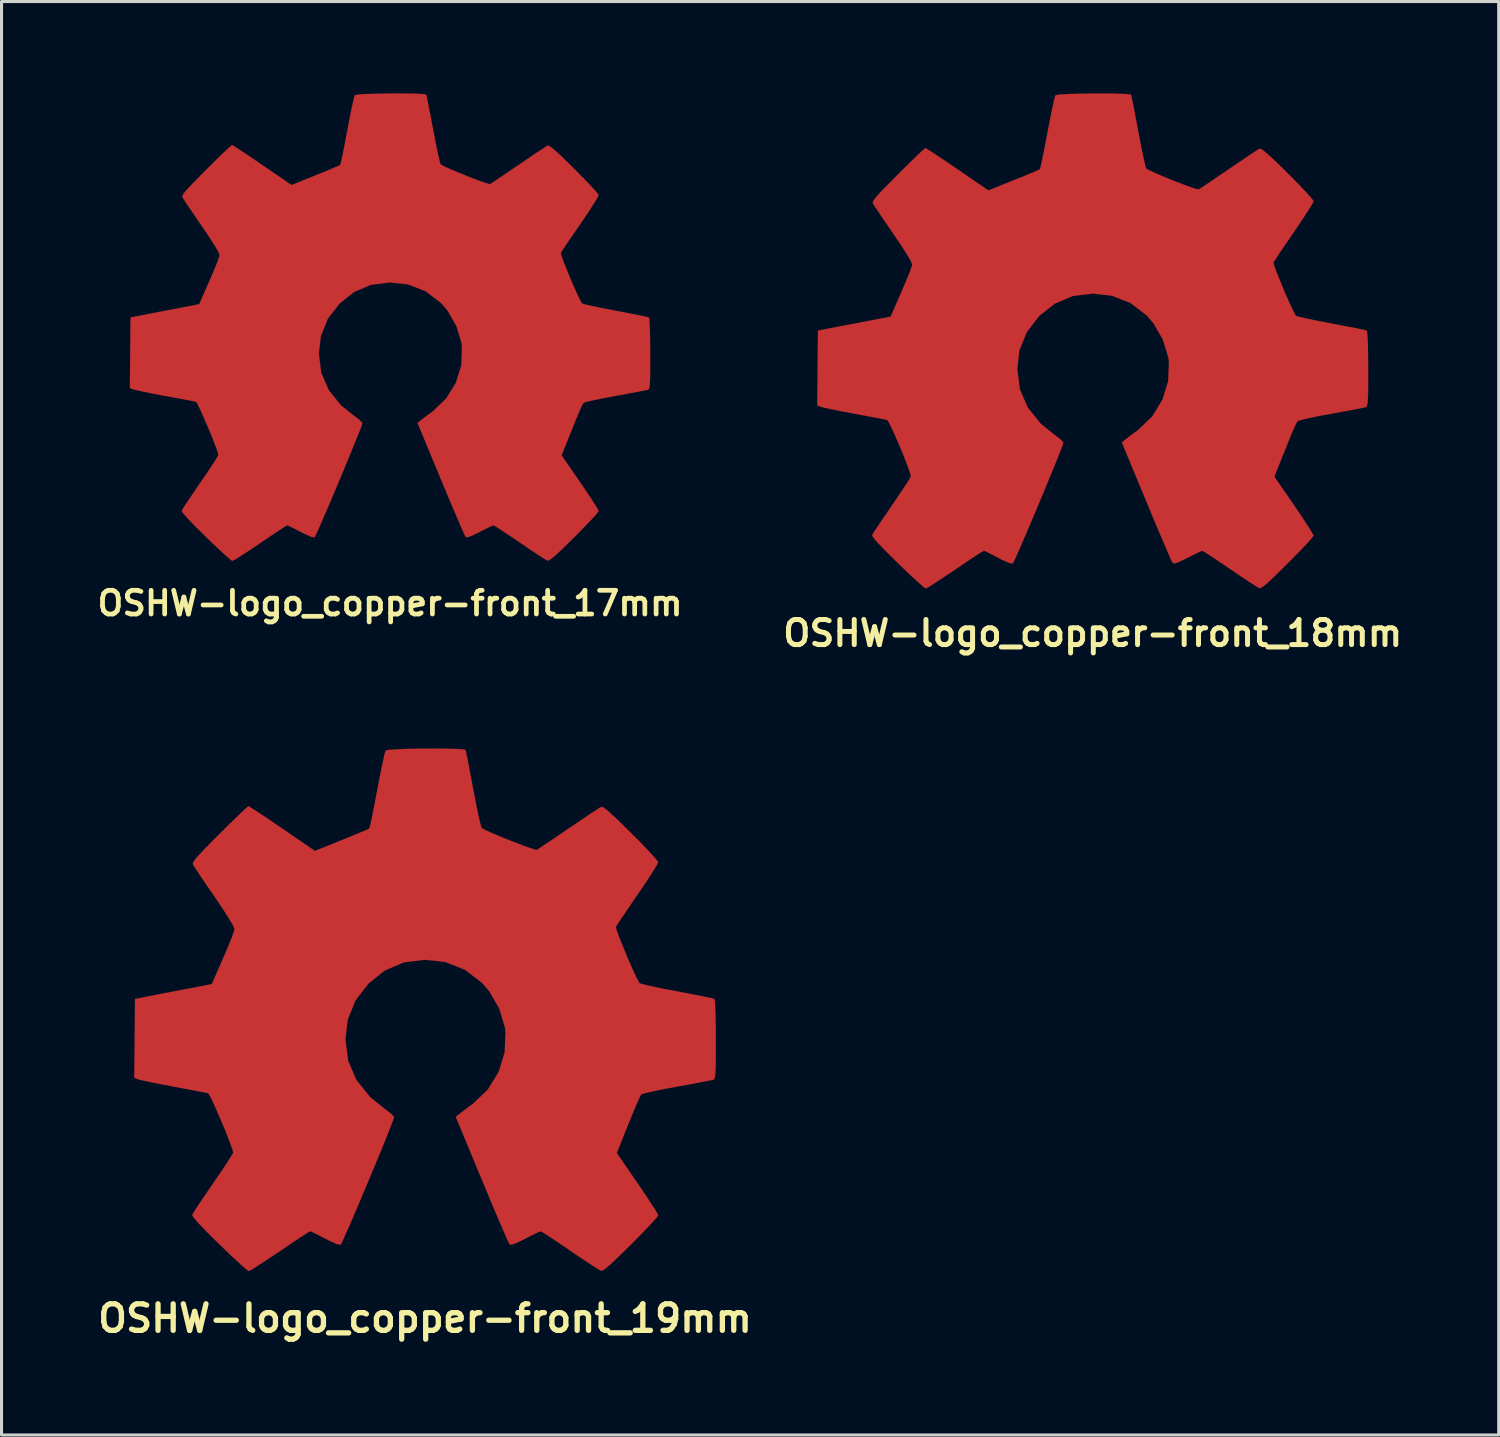
<source format=kicad_pcb>
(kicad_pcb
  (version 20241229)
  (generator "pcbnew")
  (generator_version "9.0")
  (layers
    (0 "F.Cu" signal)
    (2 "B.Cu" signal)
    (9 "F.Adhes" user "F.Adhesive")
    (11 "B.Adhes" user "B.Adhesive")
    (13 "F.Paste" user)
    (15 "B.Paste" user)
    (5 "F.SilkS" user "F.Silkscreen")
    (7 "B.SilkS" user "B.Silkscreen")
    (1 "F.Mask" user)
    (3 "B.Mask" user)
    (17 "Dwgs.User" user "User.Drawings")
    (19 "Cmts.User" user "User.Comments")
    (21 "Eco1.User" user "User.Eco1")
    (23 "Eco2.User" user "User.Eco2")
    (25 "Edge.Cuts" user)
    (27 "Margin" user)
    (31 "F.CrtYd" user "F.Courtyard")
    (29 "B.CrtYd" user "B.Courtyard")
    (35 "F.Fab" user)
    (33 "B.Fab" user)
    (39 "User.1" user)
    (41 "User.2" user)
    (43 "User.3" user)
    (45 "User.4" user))
  (footprint "OSHW-logo_copper-front_17mm"
    (layer "F.Cu")
    (at 9.691 7.639)
    (property "Reference" "OSHW-logo_copper-front_17mm" (at 0 9.017 0) (layer "F.SilkS") (effects (font (size 0.775 0.775) (thickness 0.155))))
    (attr through_hole)
    (fp_poly (pts (xy -5.154 7.635) (xy -5.065 7.59) (xy -4.864 7.465) (xy -4.582 7.28) (xy -4.247 7.054) (xy -3.909 6.825) (xy -3.632 6.64) (xy -3.439 6.515) (xy -3.358 6.472) (xy -3.315 6.487) (xy -3.152 6.563) (xy -2.921 6.685) (xy -2.786 6.754) (xy -2.573 6.845) (xy -2.469 6.866) (xy -2.451 6.835) (xy -2.372 6.673) (xy -2.25 6.396) (xy -2.09 6.025) (xy -1.905 5.596) (xy -1.709 5.128) (xy -1.511 4.656) (xy -1.323 4.201) (xy -1.158 3.795) (xy -1.024 3.465) (xy -0.935 3.236) (xy -0.904 3.134) (xy -0.914 3.114) (xy -1.021 3.01) (xy -1.206 2.87) (xy -1.608 2.545) (xy -2.004 2.05) (xy -2.248 1.486) (xy -2.327 0.861) (xy -2.258 0.282) (xy -2.032 -0.279) (xy -1.643 -0.78) (xy -1.171 -1.153) (xy -0.62 -1.387) (xy -0.003 -1.463) (xy 0.592 -1.397) (xy 1.163 -1.173) (xy 1.664 -0.79) (xy 1.875 -0.546) (xy 2.167 -0.038) (xy 2.332 0.505) (xy 2.349 0.645) (xy 2.327 1.242) (xy 2.149 1.814) (xy 1.834 2.327) (xy 1.397 2.746) (xy 1.341 2.784) (xy 1.138 2.936) (xy 1.003 3.04) (xy 0.897 3.127) (xy 1.656 4.958) (xy 1.778 5.25) (xy 1.986 5.748) (xy 2.172 6.18) (xy 2.316 6.523) (xy 2.418 6.751) (xy 2.464 6.843) (xy 2.469 6.848) (xy 2.535 6.861) (xy 2.675 6.81) (xy 2.929 6.685) (xy 3.099 6.599) (xy 3.292 6.505) (xy 3.381 6.472) (xy 3.454 6.51) (xy 3.642 6.632) (xy 3.914 6.815) (xy 4.242 7.036) (xy 4.552 7.247) (xy 4.839 7.437) (xy 5.05 7.572) (xy 5.149 7.625) (xy 5.164 7.625) (xy 5.255 7.574) (xy 5.418 7.437) (xy 5.669 7.203) (xy 6.022 6.853) (xy 6.076 6.802) (xy 6.365 6.505) (xy 6.601 6.259) (xy 6.759 6.083) (xy 6.815 6.002) (xy 6.764 5.903) (xy 6.632 5.695) (xy 6.441 5.405) (xy 6.21 5.065) (xy 5.603 4.183) (xy 5.936 3.353) (xy 6.038 3.099) (xy 6.167 2.789) (xy 6.266 2.57) (xy 6.314 2.474) (xy 6.406 2.441) (xy 6.632 2.388) (xy 6.962 2.319) (xy 7.356 2.245) (xy 7.729 2.177) (xy 8.07 2.113) (xy 8.313 2.065) (xy 8.423 2.042) (xy 8.448 2.027) (xy 8.471 1.974) (xy 8.486 1.859) (xy 8.494 1.654) (xy 8.499 1.328) (xy 8.499 0.861) (xy 8.499 0.81) (xy 8.494 0.363) (xy 8.486 0.008) (xy 8.473 -0.229) (xy 8.458 -0.32) (xy 8.456 -0.32) (xy 8.352 -0.348) (xy 8.113 -0.396) (xy 7.775 -0.462) (xy 7.371 -0.541) (xy 7.346 -0.546) (xy 6.944 -0.622) (xy 6.607 -0.693) (xy 6.37 -0.747) (xy 6.271 -0.777) (xy 6.251 -0.808) (xy 6.17 -0.963) (xy 6.055 -1.214) (xy 5.921 -1.516) (xy 5.791 -1.834) (xy 5.677 -2.116) (xy 5.601 -2.329) (xy 5.575 -2.426) (xy 5.578 -2.428) (xy 5.639 -2.525) (xy 5.776 -2.731) (xy 5.972 -3.02) (xy 6.208 -3.363) (xy 6.226 -3.388) (xy 6.457 -3.729) (xy 6.642 -4.016) (xy 6.769 -4.221) (xy 6.815 -4.313) (xy 6.815 -4.321) (xy 6.739 -4.42) (xy 6.563 -4.613) (xy 6.317 -4.872) (xy 6.02 -5.171) (xy 5.926 -5.265) (xy 5.596 -5.588) (xy 5.364 -5.799) (xy 5.222 -5.911) (xy 5.154 -5.936) (xy 5.151 -5.936) (xy 5.05 -5.872) (xy 4.834 -5.733) (xy 4.542 -5.537) (xy 4.199 -5.301) (xy 4.173 -5.286) (xy 3.835 -5.055) (xy 3.551 -4.864) (xy 3.35 -4.729) (xy 3.261 -4.676) (xy 3.246 -4.676) (xy 3.109 -4.717) (xy 2.868 -4.803) (xy 2.57 -4.917) (xy 2.256 -5.044) (xy 1.971 -5.164) (xy 1.755 -5.263) (xy 1.654 -5.319) (xy 1.651 -5.324) (xy 1.615 -5.446) (xy 1.557 -5.7) (xy 1.486 -6.05) (xy 1.405 -6.467) (xy 1.392 -6.533) (xy 1.316 -6.939) (xy 1.252 -7.272) (xy 1.204 -7.503) (xy 1.181 -7.6) (xy 1.123 -7.612) (xy 0.925 -7.628) (xy 0.622 -7.635) (xy 0.257 -7.638) (xy -0.13 -7.635) (xy -0.505 -7.628) (xy -0.826 -7.617) (xy -1.054 -7.602) (xy -1.151 -7.582) (xy -1.156 -7.577) (xy -1.189 -7.45) (xy -1.245 -7.196) (xy -1.318 -6.843) (xy -1.397 -6.426) (xy -1.412 -6.353) (xy -1.488 -5.949) (xy -1.554 -5.618) (xy -1.603 -5.39) (xy -1.631 -5.301) (xy -1.666 -5.281) (xy -1.834 -5.21) (xy -2.103 -5.095) (xy -2.438 -4.961) (xy -3.218 -4.646) (xy -4.171 -5.298) (xy -4.26 -5.359) (xy -4.602 -5.593) (xy -4.884 -5.779) (xy -5.08 -5.905) (xy -5.161 -5.954) (xy -5.166 -5.949) (xy -5.263 -5.867) (xy -5.453 -5.69) (xy -5.71 -5.438) (xy -6.012 -5.138) (xy -6.233 -4.917) (xy -6.495 -4.648) (xy -6.662 -4.468) (xy -6.754 -4.354) (xy -6.784 -4.282) (xy -6.777 -4.237) (xy -6.716 -4.14) (xy -6.576 -3.929) (xy -6.378 -3.64) (xy -6.147 -3.302) (xy -5.956 -3.02) (xy -5.748 -2.7) (xy -5.613 -2.471) (xy -5.568 -2.36) (xy -5.578 -2.314) (xy -5.644 -2.126) (xy -5.758 -1.844) (xy -5.903 -1.509) (xy -6.233 -0.754) (xy -6.731 -0.658) (xy -7.028 -0.599) (xy -7.447 -0.521) (xy -7.851 -0.442) (xy -8.479 -0.32) (xy -8.499 1.984) (xy -8.402 2.027) (xy -8.311 2.05) (xy -8.077 2.103) (xy -7.747 2.169) (xy -7.356 2.243) (xy -7.021 2.304) (xy -6.685 2.367) (xy -6.444 2.413) (xy -6.337 2.438) (xy -6.309 2.474) (xy -6.226 2.637) (xy -6.109 2.896) (xy -5.974 3.205) (xy -5.839 3.528) (xy -5.723 3.825) (xy -5.639 4.051) (xy -5.608 4.171) (xy -5.654 4.257) (xy -5.779 4.455) (xy -5.966 4.737) (xy -6.195 5.07) (xy -6.421 5.405) (xy -6.614 5.69) (xy -6.749 5.895) (xy -6.805 5.989) (xy -6.777 6.053) (xy -6.642 6.213) (xy -6.393 6.474) (xy -6.017 6.845) (xy -5.956 6.904) (xy -5.659 7.191) (xy -5.408 7.422) (xy -5.23 7.579) (xy -5.154 7.635)) (stroke (width 0.003) (type solid)) (fill yes) (layer "F.Cu")))
  (footprint "OSHW-logo_copper-front_19mm"
    (layer "F.Cu")
    (at 10.834 29.937)
    (property "Reference" "OSHW-logo_copper-front_19mm" (at 0 10.076 0) (layer "F.SilkS") (effects (font (size 0.866 0.866) (thickness 0.173))))
    (attr through_hole)
    (fp_poly (pts (xy -5.761 8.534) (xy -5.659 8.484) (xy -5.438 8.341) (xy -5.121 8.136) (xy -4.745 7.884) (xy -4.369 7.628) (xy -4.059 7.422) (xy -3.843 7.282) (xy -3.754 7.231) (xy -3.703 7.249) (xy -3.526 7.336) (xy -3.266 7.47) (xy -3.114 7.549) (xy -2.875 7.653) (xy -2.758 7.673) (xy -2.738 7.64) (xy -2.652 7.457) (xy -2.515 7.148) (xy -2.334 6.734) (xy -2.129 6.253) (xy -1.91 5.733) (xy -1.689 5.202) (xy -1.478 4.696) (xy -1.293 4.242) (xy -1.146 3.871) (xy -1.046 3.614) (xy -1.011 3.505) (xy -1.021 3.48) (xy -1.14 3.365) (xy -1.349 3.208) (xy -1.796 2.845) (xy -2.24 2.291) (xy -2.512 1.661) (xy -2.601 0.963) (xy -2.525 0.315) (xy -2.271 -0.312) (xy -1.836 -0.871) (xy -1.311 -1.288) (xy -0.693 -1.552) (xy -0.003 -1.636) (xy 0.663 -1.562) (xy 1.3 -1.311) (xy 1.859 -0.884) (xy 2.095 -0.61) (xy 2.423 -0.043) (xy 2.606 0.566) (xy 2.626 0.721) (xy 2.601 1.387) (xy 2.403 2.027) (xy 2.05 2.601) (xy 1.562 3.068) (xy 1.501 3.111) (xy 1.273 3.282) (xy 1.12 3.399) (xy 1.003 3.495) (xy 1.852 5.542) (xy 1.989 5.867) (xy 2.22 6.426) (xy 2.426 6.906) (xy 2.591 7.29) (xy 2.703 7.546) (xy 2.753 7.648) (xy 2.758 7.656) (xy 2.832 7.668) (xy 2.99 7.612) (xy 3.274 7.473) (xy 3.465 7.376) (xy 3.68 7.272) (xy 3.78 7.231) (xy 3.861 7.277) (xy 4.069 7.414) (xy 4.374 7.615) (xy 4.74 7.864) (xy 5.088 8.1) (xy 5.408 8.313) (xy 5.641 8.463) (xy 5.753 8.522) (xy 5.773 8.522) (xy 5.875 8.466) (xy 6.055 8.313) (xy 6.335 8.049) (xy 6.731 7.661) (xy 6.789 7.602) (xy 7.115 7.272) (xy 7.376 6.995) (xy 7.554 6.8) (xy 7.617 6.708) (xy 7.559 6.596) (xy 7.412 6.365) (xy 7.198 6.04) (xy 6.939 5.659) (xy 6.264 4.676) (xy 6.634 3.747) (xy 6.749 3.465) (xy 6.894 3.119) (xy 7.003 2.873) (xy 7.056 2.766) (xy 7.158 2.728) (xy 7.414 2.667) (xy 7.78 2.591) (xy 8.219 2.51) (xy 8.639 2.433) (xy 9.017 2.362) (xy 9.291 2.309) (xy 9.413 2.283) (xy 9.444 2.266) (xy 9.467 2.207) (xy 9.484 2.078) (xy 9.495 1.847) (xy 9.497 1.486) (xy 9.497 0.963) (xy 9.497 0.907) (xy 9.495 0.406) (xy 9.484 0.008) (xy 9.472 -0.254) (xy 9.454 -0.358) (xy 9.451 -0.358) (xy 9.335 -0.389) (xy 9.068 -0.445) (xy 8.689 -0.518) (xy 8.237 -0.605) (xy 8.209 -0.61) (xy 7.76 -0.696) (xy 7.384 -0.775) (xy 7.122 -0.836) (xy 7.01 -0.869) (xy 6.988 -0.902) (xy 6.896 -1.077) (xy 6.767 -1.356) (xy 6.617 -1.697) (xy 6.472 -2.05) (xy 6.345 -2.365) (xy 6.259 -2.603) (xy 6.233 -2.71) (xy 6.233 -2.713) (xy 6.302 -2.822) (xy 6.457 -3.053) (xy 6.675 -3.376) (xy 6.937 -3.759) (xy 6.957 -3.787) (xy 7.216 -4.168) (xy 7.424 -4.488) (xy 7.564 -4.717) (xy 7.617 -4.821) (xy 7.615 -4.829) (xy 7.531 -4.94) (xy 7.336 -5.156) (xy 7.061 -5.446) (xy 6.728 -5.781) (xy 6.622 -5.885) (xy 6.253 -6.246) (xy 5.994 -6.482) (xy 5.837 -6.607) (xy 5.761 -6.634) (xy 5.756 -6.634) (xy 5.641 -6.563) (xy 5.403 -6.408) (xy 5.077 -6.187) (xy 4.691 -5.926) (xy 4.663 -5.908) (xy 4.285 -5.649) (xy 3.967 -5.436) (xy 3.744 -5.286) (xy 3.645 -5.227) (xy 3.63 -5.227) (xy 3.475 -5.273) (xy 3.205 -5.367) (xy 2.873 -5.497) (xy 2.52 -5.636) (xy 2.202 -5.771) (xy 1.961 -5.88) (xy 1.849 -5.944) (xy 1.847 -5.951) (xy 1.806 -6.086) (xy 1.74 -6.37) (xy 1.659 -6.761) (xy 1.572 -7.226) (xy 1.557 -7.303) (xy 1.471 -7.755) (xy 1.4 -8.128) (xy 1.346 -8.387) (xy 1.321 -8.494) (xy 1.255 -8.509) (xy 1.034 -8.524) (xy 0.696 -8.532) (xy 0.287 -8.537) (xy -0.145 -8.534) (xy -0.564 -8.527) (xy -0.922 -8.512) (xy -1.179 -8.496) (xy -1.285 -8.473) (xy -1.29 -8.468) (xy -1.331 -8.329) (xy -1.392 -8.042) (xy -1.473 -7.648) (xy -1.562 -7.183) (xy -1.577 -7.102) (xy -1.664 -6.65) (xy -1.737 -6.279) (xy -1.793 -6.025) (xy -1.821 -5.926) (xy -1.862 -5.903) (xy -2.05 -5.822) (xy -2.352 -5.697) (xy -2.725 -5.545) (xy -3.597 -5.192) (xy -4.661 -5.923) (xy -4.76 -5.989) (xy -5.144 -6.251) (xy -5.458 -6.459) (xy -5.679 -6.601) (xy -5.768 -6.655) (xy -5.776 -6.65) (xy -5.883 -6.556) (xy -6.093 -6.358) (xy -6.38 -6.078) (xy -6.718 -5.743) (xy -6.967 -5.494) (xy -7.259 -5.194) (xy -7.447 -4.994) (xy -7.549 -4.867) (xy -7.584 -4.788) (xy -7.574 -4.735) (xy -7.506 -4.628) (xy -7.351 -4.392) (xy -7.13 -4.069) (xy -6.871 -3.691) (xy -6.657 -3.376) (xy -6.426 -3.018) (xy -6.274 -2.761) (xy -6.223 -2.637) (xy -6.236 -2.586) (xy -6.309 -2.377) (xy -6.436 -2.062) (xy -6.596 -1.687) (xy -6.967 -0.843) (xy -7.521 -0.734) (xy -7.856 -0.671) (xy -8.324 -0.582) (xy -8.776 -0.495) (xy -9.474 -0.358) (xy -9.5 2.217) (xy -9.39 2.263) (xy -9.289 2.291) (xy -9.027 2.349) (xy -8.656 2.423) (xy -8.219 2.507) (xy -7.846 2.576) (xy -7.473 2.647) (xy -7.203 2.697) (xy -7.084 2.725) (xy -7.054 2.766) (xy -6.96 2.946) (xy -6.828 3.236) (xy -6.678 3.581) (xy -6.525 3.945) (xy -6.396 4.275) (xy -6.302 4.529) (xy -6.266 4.661) (xy -6.32 4.757) (xy -6.459 4.981) (xy -6.668 5.293) (xy -6.924 5.667) (xy -7.178 6.04) (xy -7.394 6.358) (xy -7.544 6.589) (xy -7.605 6.693) (xy -7.574 6.764) (xy -7.424 6.944) (xy -7.145 7.236) (xy -6.726 7.65) (xy -6.657 7.717) (xy -6.325 8.037) (xy -6.043 8.296) (xy -5.847 8.471) (xy -5.761 8.534)) (stroke (width 0.003) (type solid)) (fill yes) (layer "F.Cu")))
  (footprint "OSHW-logo_copper-front_18mm"
    (layer "F.Cu")
    (at 32.643 8.089)
    (property "Reference" "OSHW-logo_copper-front_18mm" (at 0 9.545 0) (layer "F.SilkS") (effects (font (size 0.82 0.82) (thickness 0.163))))
    (attr through_hole)
    (fp_poly (pts (xy -5.456 8.085) (xy -5.362 8.037) (xy -5.151 7.902) (xy -4.851 7.706) (xy -4.496 7.468) (xy -4.14 7.226) (xy -3.846 7.031) (xy -3.64 6.899) (xy -3.556 6.853) (xy -3.508 6.868) (xy -3.34 6.949) (xy -3.094 7.079) (xy -2.951 7.153) (xy -2.725 7.249) (xy -2.614 7.269) (xy -2.596 7.239) (xy -2.512 7.066) (xy -2.383 6.772) (xy -2.212 6.38) (xy -2.017 5.923) (xy -1.808 5.431) (xy -1.6 4.928) (xy -1.402 4.45) (xy -1.224 4.018) (xy -1.085 3.668) (xy -0.991 3.426) (xy -0.958 3.32) (xy -0.968 3.297) (xy -1.079 3.188) (xy -1.278 3.04) (xy -1.702 2.695) (xy -2.123 2.169) (xy -2.38 1.575) (xy -2.464 0.912) (xy -2.393 0.297) (xy -2.151 -0.295) (xy -1.74 -0.826) (xy -1.24 -1.219) (xy -0.658 -1.468) (xy -0.003 -1.549) (xy 0.627 -1.478) (xy 1.232 -1.242) (xy 1.76 -0.838) (xy 1.984 -0.579) (xy 2.294 -0.041) (xy 2.469 0.536) (xy 2.489 0.683) (xy 2.464 1.316) (xy 2.276 1.92) (xy 1.943 2.464) (xy 1.478 2.908) (xy 1.422 2.949) (xy 1.206 3.109) (xy 1.062 3.221) (xy 0.95 3.312) (xy 1.755 5.25) (xy 1.882 5.558) (xy 2.103 6.086) (xy 2.299 6.543) (xy 2.454 6.906) (xy 2.56 7.15) (xy 2.609 7.247) (xy 2.614 7.252) (xy 2.685 7.264) (xy 2.832 7.211) (xy 3.101 7.079) (xy 3.282 6.988) (xy 3.487 6.888) (xy 3.579 6.853) (xy 3.658 6.894) (xy 3.856 7.023) (xy 4.143 7.216) (xy 4.491 7.45) (xy 4.818 7.673) (xy 5.123 7.877) (xy 5.344 8.016) (xy 5.451 8.075) (xy 5.469 8.075) (xy 5.565 8.021) (xy 5.738 7.877) (xy 6.002 7.625) (xy 6.375 7.257) (xy 6.431 7.201) (xy 6.739 6.888) (xy 6.988 6.627) (xy 7.155 6.441) (xy 7.216 6.355) (xy 7.16 6.251) (xy 7.021 6.03) (xy 6.82 5.723) (xy 6.576 5.362) (xy 5.933 4.43) (xy 6.287 3.551) (xy 6.393 3.282) (xy 6.53 2.954) (xy 6.634 2.72) (xy 6.685 2.619) (xy 6.782 2.586) (xy 7.023 2.527) (xy 7.371 2.454) (xy 7.788 2.377) (xy 8.184 2.304) (xy 8.542 2.238) (xy 8.801 2.187) (xy 8.918 2.164) (xy 8.946 2.146) (xy 8.969 2.09) (xy 8.984 1.968) (xy 8.994 1.75) (xy 8.999 1.407) (xy 8.999 0.912) (xy 8.999 0.859) (xy 8.994 0.384) (xy 8.987 0.008) (xy 8.971 -0.241) (xy 8.956 -0.338) (xy 8.954 -0.34) (xy 8.844 -0.368) (xy 8.59 -0.422) (xy 8.232 -0.49) (xy 7.805 -0.572) (xy 7.777 -0.577) (xy 7.351 -0.66) (xy 6.995 -0.734) (xy 6.746 -0.79) (xy 6.64 -0.823) (xy 6.619 -0.853) (xy 6.533 -1.021) (xy 6.411 -1.285) (xy 6.269 -1.605) (xy 6.132 -1.941) (xy 6.01 -2.24) (xy 5.928 -2.466) (xy 5.905 -2.568) (xy 5.905 -2.57) (xy 5.972 -2.672) (xy 6.116 -2.893) (xy 6.325 -3.198) (xy 6.571 -3.561) (xy 6.591 -3.589) (xy 6.835 -3.95) (xy 7.033 -4.252) (xy 7.168 -4.47) (xy 7.216 -4.567) (xy 7.216 -4.575) (xy 7.135 -4.681) (xy 6.949 -4.884) (xy 6.688 -5.159) (xy 6.373 -5.476) (xy 6.274 -5.575) (xy 5.923 -5.918) (xy 5.679 -6.139) (xy 5.53 -6.259) (xy 5.456 -6.287) (xy 5.453 -6.284) (xy 5.344 -6.218) (xy 5.118 -6.071) (xy 4.811 -5.862) (xy 4.445 -5.613) (xy 4.42 -5.596) (xy 4.059 -5.352) (xy 3.759 -5.149) (xy 3.548 -5.009) (xy 3.454 -4.953) (xy 3.437 -4.953) (xy 3.292 -4.994) (xy 3.035 -5.085) (xy 2.72 -5.207) (xy 2.388 -5.339) (xy 2.085 -5.469) (xy 1.859 -5.573) (xy 1.753 -5.631) (xy 1.75 -5.636) (xy 1.709 -5.766) (xy 1.648 -6.035) (xy 1.572 -6.406) (xy 1.488 -6.845) (xy 1.476 -6.916) (xy 1.394 -7.346) (xy 1.326 -7.701) (xy 1.275 -7.945) (xy 1.25 -8.047) (xy 1.189 -8.059) (xy 0.978 -8.075) (xy 0.66 -8.085) (xy 0.272 -8.087) (xy -0.137 -8.085) (xy -0.533 -8.077) (xy -0.874 -8.065) (xy -1.118 -8.049) (xy -1.219 -8.026) (xy -1.222 -8.021) (xy -1.26 -7.889) (xy -1.318 -7.62) (xy -1.394 -7.247) (xy -1.478 -6.805) (xy -1.494 -6.726) (xy -1.575 -6.299) (xy -1.646 -5.949) (xy -1.699 -5.707) (xy -1.725 -5.613) (xy -1.765 -5.593) (xy -1.941 -5.514) (xy -2.228 -5.395) (xy -2.583 -5.253) (xy -3.406 -4.92) (xy -4.417 -5.611) (xy -4.508 -5.674) (xy -4.872 -5.921) (xy -5.171 -6.119) (xy -5.38 -6.253) (xy -5.464 -6.304) (xy -5.471 -6.299) (xy -5.573 -6.213) (xy -5.773 -6.025) (xy -6.045 -5.758) (xy -6.365 -5.441) (xy -6.599 -5.204) (xy -6.878 -4.923) (xy -7.054 -4.732) (xy -7.15 -4.61) (xy -7.186 -4.536) (xy -7.176 -4.486) (xy -7.112 -4.384) (xy -6.962 -4.161) (xy -6.754 -3.853) (xy -6.51 -3.498) (xy -6.307 -3.198) (xy -6.086 -2.86) (xy -5.944 -2.616) (xy -5.895 -2.499) (xy -5.908 -2.449) (xy -5.977 -2.253) (xy -6.099 -1.953) (xy -6.251 -1.598) (xy -6.601 -0.798) (xy -7.125 -0.696) (xy -7.442 -0.635) (xy -7.887 -0.551) (xy -8.313 -0.47) (xy -8.976 -0.34) (xy -8.999 2.101) (xy -8.898 2.146) (xy -8.799 2.172) (xy -8.552 2.225) (xy -8.202 2.296) (xy -7.788 2.375) (xy -7.435 2.441) (xy -7.079 2.507) (xy -6.825 2.555) (xy -6.711 2.581) (xy -6.683 2.619) (xy -6.594 2.791) (xy -6.467 3.066) (xy -6.325 3.393) (xy -6.182 3.736) (xy -6.058 4.051) (xy -5.972 4.29) (xy -5.939 4.415) (xy -5.987 4.508) (xy -6.119 4.717) (xy -6.317 5.014) (xy -6.558 5.37) (xy -6.8 5.723) (xy -7.003 6.025) (xy -7.148 6.241) (xy -7.206 6.34) (xy -7.176 6.408) (xy -7.033 6.579) (xy -6.769 6.855) (xy -6.373 7.247) (xy -6.307 7.31) (xy -5.992 7.615) (xy -5.725 7.859) (xy -5.54 8.024) (xy -5.456 8.085)) (stroke (width 0.003) (type solid)) (fill yes) (layer "F.Cu")))
  (gr_rect
    (start -3 -3)
    (end 45.904 43.823)
    (stroke (width 0.1) (type default))
    (fill no)
    (layer "Edge.Cuts")))
</source>
